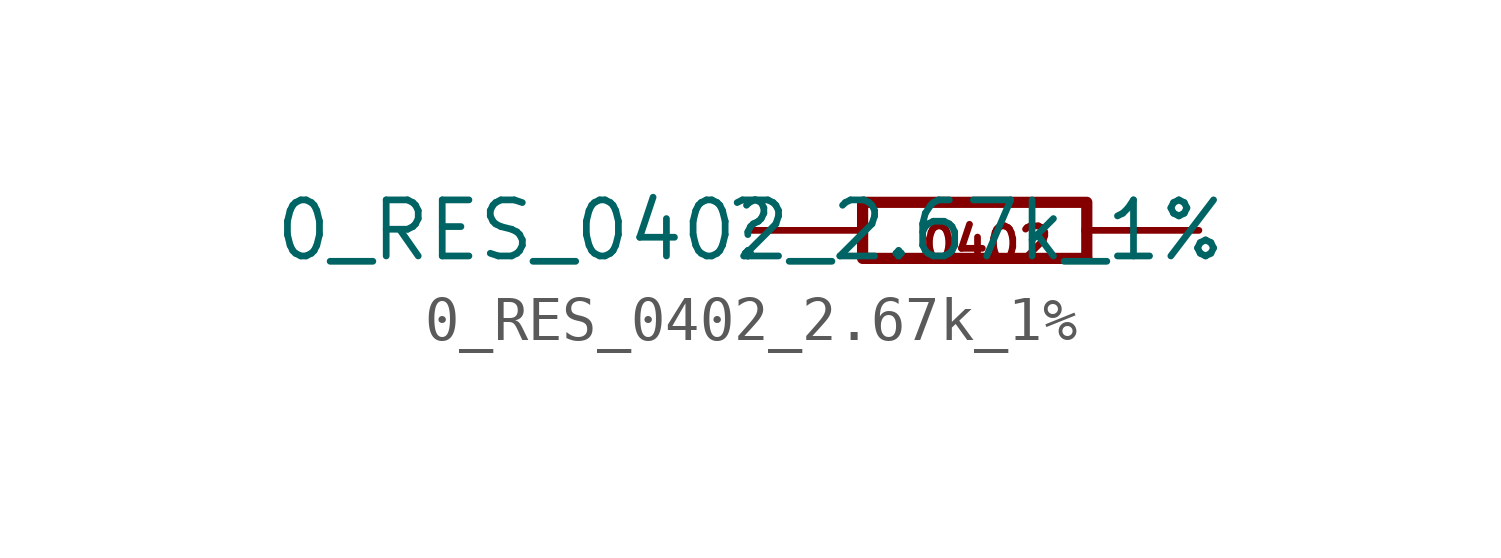
<source format=kicad_sym>
(kicad_symbol_lib
  (version 20211014)
  (generator kicad_symbol_editor)
  (symbol "0_RES_0402_2.67k_1%"
    (property "Reference" ""
      (at 0 0 0)
      (effects (font (size 1.27 1.27))))
    (property "Value" "0_RES_0402_2.67k_1%"
      (at 0 0 0)
      (effects (font (size 1.27 1.27))))
    (symbol "0_RES_0402_2.67k_1%_1_0"
      (polyline (pts (xy 7.62 -0.635) (xy 7.62 0)) (stroke (width 0.254) (type default) (color 0 0 0 0)) (fill (type none)))
      (polyline (pts (xy 7.62 0) (xy 7.62 0.635) (xy 2.54 0.635) (xy 2.54 -0.635) (xy 7.62 -0.635)) (stroke (width 0.254) (type default) (color 0 0 0 0)) (fill (type none)))
      (text "0402" (at 3.81 -0.762 0) (effects (font (size 0.762 0.762)) (justify left bottom)))
      (pin passive line (at 0 0 0) (length 2.54) (name "1" (effects (font (size 0 0)))) (number "1" (effects (font (size 0 0)))))
      (pin passive line (at 10.16 0 180) (length 2.54) (name "2" (effects (font (size 0 0)))) (number "2" (effects (font (size 0 0))))))))
</source>
